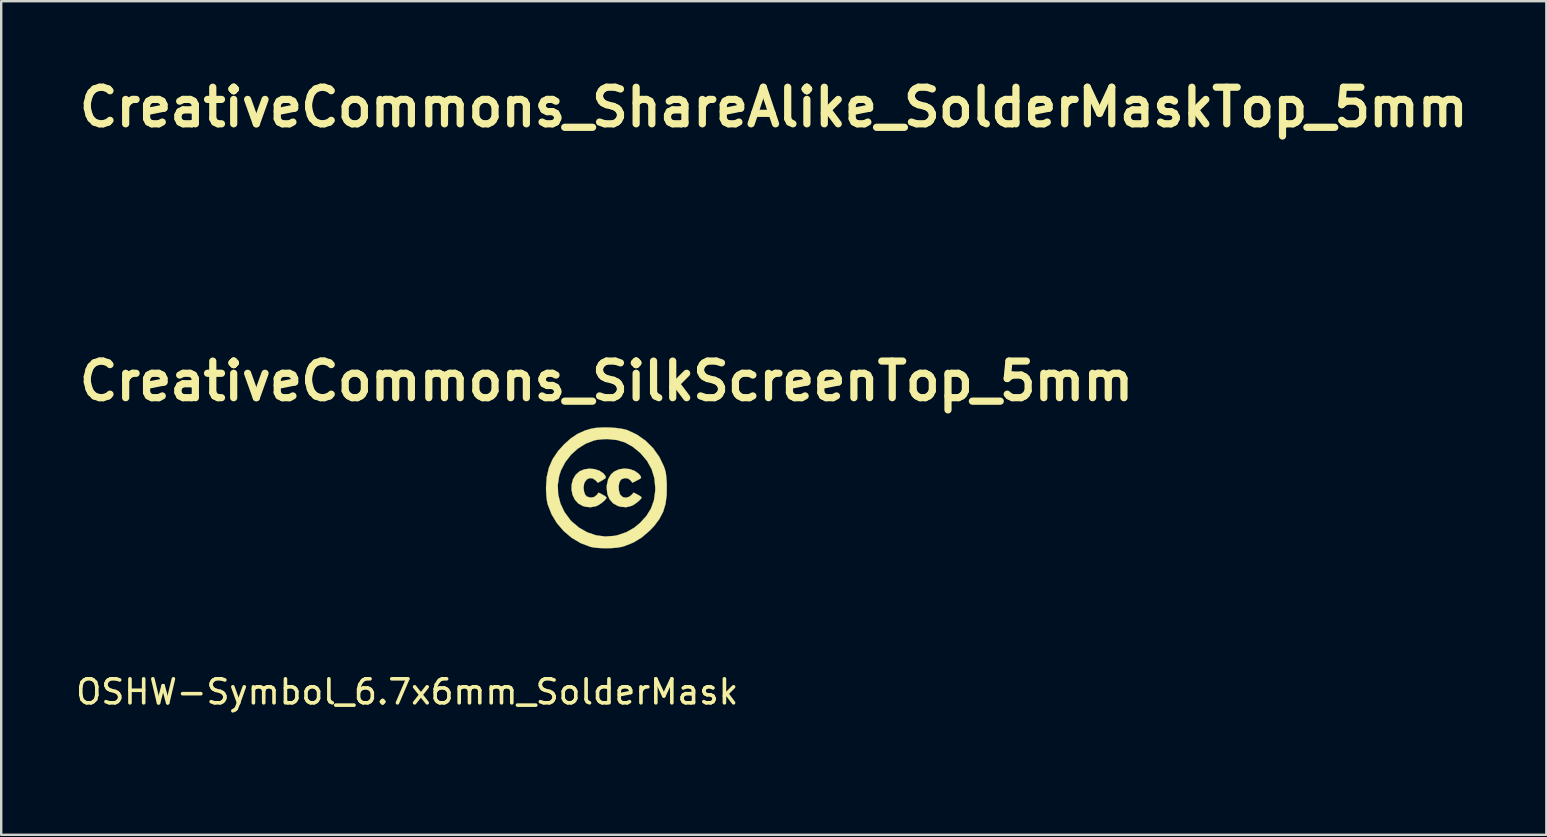
<source format=kicad_pcb>
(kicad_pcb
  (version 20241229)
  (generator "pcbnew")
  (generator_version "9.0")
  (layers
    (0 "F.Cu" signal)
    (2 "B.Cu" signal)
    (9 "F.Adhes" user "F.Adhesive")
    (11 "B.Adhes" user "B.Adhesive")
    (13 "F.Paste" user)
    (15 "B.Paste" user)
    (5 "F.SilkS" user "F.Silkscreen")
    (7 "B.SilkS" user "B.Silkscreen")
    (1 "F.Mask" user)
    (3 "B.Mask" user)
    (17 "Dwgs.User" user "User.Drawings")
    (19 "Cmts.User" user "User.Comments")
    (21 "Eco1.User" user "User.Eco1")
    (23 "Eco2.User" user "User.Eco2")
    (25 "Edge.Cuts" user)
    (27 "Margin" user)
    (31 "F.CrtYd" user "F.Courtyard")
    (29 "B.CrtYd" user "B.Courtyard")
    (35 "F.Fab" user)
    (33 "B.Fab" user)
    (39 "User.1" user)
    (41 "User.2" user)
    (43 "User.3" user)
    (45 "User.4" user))
  (footprint "OSHW-Symbol_6.7x6mm_SolderMask"
    (layer "F.Cu")
    (at 13.911 25.771)
    (property "Reference" "OSHW-Symbol_6.7x6mm_SolderMask" (at 0 0 0) (layer "F.SilkS") (effects (font (size 1 1) (thickness 0.15))))
    (attr exclude_from_pos_files exclude_from_bom)
    (fp_poly (pts (xy 0.556 -2.531) (xy 0.64 -2.086) (xy 0.949 -1.959) (xy 1.258 -1.831) (xy 1.629 -2.084) (xy 1.733 -2.154) (xy 1.827 -2.217) (xy 1.907 -2.269) (xy 1.967 -2.308) (xy 2.005 -2.331) (xy 2.015 -2.336) (xy 2.034 -2.323) (xy 2.073 -2.288) (xy 2.13 -2.235) (xy 2.198 -2.168) (xy 2.274 -2.093) (xy 2.353 -2.013) (xy 2.431 -1.932) (xy 2.504 -1.857) (xy 2.567 -1.79) (xy 2.615 -1.737) (xy 2.644 -1.702) (xy 2.651 -1.69) (xy 2.641 -1.669) (xy 2.613 -1.621) (xy 2.569 -1.553) (xy 2.513 -1.468) (xy 2.448 -1.371) (xy 2.41 -1.316) (xy 2.341 -1.215) (xy 2.28 -1.124) (xy 2.23 -1.047) (xy 2.193 -0.989) (xy 2.172 -0.955) (xy 2.169 -0.948) (xy 2.176 -0.927) (xy 2.195 -0.879) (xy 2.223 -0.811) (xy 2.257 -0.729) (xy 2.295 -0.64) (xy 2.333 -0.55) (xy 2.369 -0.467) (xy 2.4 -0.396) (xy 2.423 -0.346) (xy 2.435 -0.322) (xy 2.436 -0.321) (xy 2.455 -0.316) (xy 2.505 -0.306) (xy 2.581 -0.291) (xy 2.678 -0.272) (xy 2.791 -0.251) (xy 2.856 -0.239) (xy 2.977 -0.216) (xy 3.086 -0.194) (xy 3.177 -0.174) (xy 3.246 -0.158) (xy 3.287 -0.147) (xy 3.296 -0.143) (xy 3.304 -0.119) (xy 3.31 -0.064) (xy 3.315 0.015) (xy 3.318 0.112) (xy 3.32 0.22) (xy 3.321 0.333) (xy 3.319 0.445) (xy 3.317 0.549) (xy 3.312 0.638) (xy 3.307 0.707) (xy 3.299 0.748) (xy 3.295 0.757) (xy 3.269 0.767) (xy 3.213 0.782) (xy 3.136 0.799) (xy 3.044 0.818) (xy 3.012 0.824) (xy 2.858 0.852) (xy 2.735 0.875) (xy 2.642 0.893) (xy 2.572 0.908) (xy 2.523 0.919) (xy 2.491 0.929) (xy 2.471 0.938) (xy 2.459 0.947) (xy 2.457 0.948) (xy 2.44 0.976) (xy 2.415 1.031) (xy 2.383 1.105) (xy 2.347 1.192) (xy 2.311 1.286) (xy 2.275 1.379) (xy 2.244 1.466) (xy 2.219 1.539) (xy 2.203 1.592) (xy 2.199 1.618) (xy 2.2 1.619) (xy 2.214 1.64) (xy 2.245 1.687) (xy 2.291 1.755) (xy 2.349 1.838) (xy 2.413 1.933) (xy 2.432 1.96) (xy 2.498 2.057) (xy 2.556 2.146) (xy 2.603 2.221) (xy 2.635 2.278) (xy 2.651 2.311) (xy 2.651 2.315) (xy 2.638 2.336) (xy 2.603 2.377) (xy 2.549 2.435) (xy 2.482 2.505) (xy 2.406 2.582) (xy 2.326 2.662) (xy 2.245 2.74) (xy 2.17 2.811) (xy 2.103 2.872) (xy 2.051 2.918) (xy 2.017 2.944) (xy 2.008 2.948) (xy 1.986 2.938) (xy 1.941 2.911) (xy 1.88 2.872) (xy 1.834 2.84) (xy 1.749 2.782) (xy 1.65 2.714) (xy 1.549 2.646) (xy 1.496 2.609) (xy 1.313 2.486) (xy 1.16 2.569) (xy 1.091 2.605) (xy 1.031 2.633) (xy 0.991 2.649) (xy 0.981 2.651) (xy 0.969 2.635) (xy 0.945 2.588) (xy 0.91 2.516) (xy 0.868 2.422) (xy 0.818 2.31) (xy 0.764 2.186) (xy 0.708 2.053) (xy 0.65 1.916) (xy 0.593 1.779) (xy 0.538 1.646) (xy 0.488 1.522) (xy 0.443 1.411) (xy 0.407 1.317) (xy 0.381 1.244) (xy 0.366 1.197) (xy 0.363 1.181) (xy 0.382 1.16) (xy 0.424 1.127) (xy 0.48 1.088) (xy 0.484 1.085) (xy 0.628 0.969) (xy 0.744 0.835) (xy 0.831 0.686) (xy 0.889 0.526) (xy 0.915 0.36) (xy 0.91 0.192) (xy 0.871 0.026) (xy 0.799 -0.134) (xy 0.778 -0.169) (xy 0.667 -0.309) (xy 0.536 -0.422) (xy 0.39 -0.507) (xy 0.233 -0.563) (xy 0.069 -0.589) (xy -0.097 -0.585) (xy -0.26 -0.551) (xy -0.416 -0.485) (xy -0.56 -0.388) (xy -0.605 -0.348) (xy -0.719 -0.224) (xy -0.802 -0.094) (xy -0.859 0.052) (xy -0.89 0.197) (xy -0.898 0.36) (xy -0.872 0.523) (xy -0.815 0.682) (xy -0.729 0.831) (xy -0.617 0.964) (xy -0.482 1.075) (xy -0.464 1.087) (xy -0.408 1.126) (xy -0.365 1.159) (xy -0.345 1.18) (xy -0.344 1.181) (xy -0.349 1.204) (xy -0.366 1.256) (xy -0.395 1.333) (xy -0.433 1.431) (xy -0.478 1.545) (xy -0.53 1.672) (xy -0.585 1.806) (xy -0.643 1.943) (xy -0.7 2.08) (xy -0.757 2.211) (xy -0.81 2.333) (xy -0.858 2.441) (xy -0.899 2.532) (xy -0.932 2.599) (xy -0.954 2.64) (xy -0.963 2.651) (xy -0.99 2.643) (xy -1.04 2.62) (xy -1.106 2.588) (xy -1.142 2.569) (xy -1.295 2.486) (xy -1.477 2.609) (xy -1.57 2.672) (xy -1.672 2.742) (xy -1.767 2.807) (xy -1.815 2.84) (xy -1.882 2.885) (xy -1.939 2.921) (xy -1.979 2.943) (xy -1.991 2.948) (xy -2.01 2.935) (xy -2.051 2.9) (xy -2.11 2.847) (xy -2.185 2.778) (xy -2.269 2.698) (xy -2.323 2.646) (xy -2.416 2.554) (xy -2.497 2.472) (xy -2.562 2.403) (xy -2.608 2.351) (xy -2.631 2.319) (xy -2.633 2.312) (xy -2.623 2.287) (xy -2.594 2.237) (xy -2.551 2.167) (xy -2.496 2.082) (xy -2.432 1.986) (xy -2.413 1.96) (xy -2.347 1.863) (xy -2.287 1.776) (xy -2.238 1.704) (xy -2.202 1.65) (xy -2.183 1.622) (xy -2.181 1.619) (xy -2.184 1.596) (xy -2.199 1.545) (xy -2.223 1.474) (xy -2.253 1.389) (xy -2.288 1.296) (xy -2.325 1.202) (xy -2.361 1.113) (xy -2.393 1.038) (xy -2.419 0.981) (xy -2.437 0.95) (xy -2.438 0.948) (xy -2.449 0.94) (xy -2.468 0.931) (xy -2.498 0.921) (xy -2.543 0.91) (xy -2.608 0.896) (xy -2.697 0.879) (xy -2.813 0.857) (xy -2.962 0.83) (xy -2.994 0.824) (xy -3.089 0.805) (xy -3.172 0.787) (xy -3.235 0.772) (xy -3.271 0.76) (xy -3.276 0.757) (xy -3.284 0.732) (xy -3.291 0.677) (xy -3.296 0.597) (xy -3.3 0.5) (xy -3.302 0.392) (xy -3.302 0.279) (xy -3.301 0.167) (xy -3.298 0.064) (xy -3.294 -0.026) (xy -3.289 -0.094) (xy -3.281 -0.135) (xy -3.277 -0.143) (xy -3.253 -0.152) (xy -3.197 -0.166) (xy -3.117 -0.183) (xy -3.016 -0.204) (xy -2.901 -0.227) (xy -2.838 -0.239) (xy -2.719 -0.261) (xy -2.613 -0.281) (xy -2.524 -0.298) (xy -2.46 -0.311) (xy -2.423 -0.319) (xy -2.417 -0.321) (xy -2.407 -0.34) (xy -2.386 -0.387) (xy -2.356 -0.455) (xy -2.32 -0.537) (xy -2.282 -0.626) (xy -2.244 -0.716) (xy -2.209 -0.8) (xy -2.18 -0.871) (xy -2.16 -0.922) (xy -2.151 -0.948) (xy -2.151 -0.949) (xy -2.161 -0.968) (xy -2.189 -1.014) (xy -2.233 -1.081) (xy -2.289 -1.165) (xy -2.354 -1.261) (xy -2.392 -1.316) (xy -2.461 -1.418) (xy -2.522 -1.509) (xy -2.573 -1.587) (xy -2.61 -1.647) (xy -2.63 -1.683) (xy -2.633 -1.691) (xy -2.62 -1.709) (xy -2.585 -1.75) (xy -2.533 -1.807) (xy -2.467 -1.876) (xy -2.393 -1.953) (xy -2.314 -2.033) (xy -2.235 -2.113) (xy -2.16 -2.187) (xy -2.095 -2.25) (xy -2.043 -2.299) (xy -2.008 -2.329) (xy -1.996 -2.336) (xy -1.978 -2.326) (xy -1.933 -2.298) (xy -1.866 -2.255) (xy -1.781 -2.199) (xy -1.684 -2.133) (xy -1.611 -2.084) (xy -1.24 -1.831) (xy -0.621 -2.086) (xy -0.537 -2.531) (xy -0.453 -2.976) (xy 0.472 -2.976) (xy 0.556 -2.531)) (stroke (width 0.01) (type solid)) (fill yes) (layer "F.Mask")))
  (footprint "CreativeCommons_ShareAlike_SolderMaskTop_5mm"
    (layer "F.Cu")
    (at 29.181 5.863)
    (property "Reference" "CreativeCommons_ShareAlike_SolderMaskTop_5mm" (at 0 -4.445 0) (layer "F.SilkS") (effects (font (size 1.524 1.524) (thickness 0.3))))
    (attr through_hole)
    (fp_poly (pts (xy 0.081 -1.332) (xy 0.41 -1.28) (xy 0.69 -1.163) (xy 0.922 -0.981) (xy 1.11 -0.732) (xy 1.174 -0.61) (xy 1.223 -0.497) (xy 1.254 -0.393) (xy 1.271 -0.273) (xy 1.278 -0.115) (xy 1.279 0.041) (xy 1.275 0.249) (xy 1.264 0.399) (xy 1.241 0.513) (xy 1.204 0.614) (xy 1.185 0.656) (xy 1.006 0.943) (xy 0.784 1.162) (xy 0.519 1.311) (xy 0.214 1.391) (xy 0.097 1.402) (xy -0.057 1.407) (xy -0.188 1.405) (xy -0.264 1.397) (xy -0.561 1.293) (xy -0.792 1.145) (xy -0.965 0.946) (xy -1.088 0.691) (xy -1.111 0.62) (xy -1.174 0.406) (xy -0.494 0.406) (xy -0.447 0.55) (xy -0.372 0.69) (xy -0.25 0.781) (xy -0.067 0.832) (xy -0.038 0.836) (xy 0.099 0.843) (xy 0.207 0.811) (xy 0.282 0.765) (xy 0.429 0.636) (xy 0.527 0.475) (xy 0.583 0.264) (xy 0.601 0.097) (xy 0.595 -0.193) (xy 0.538 -0.427) (xy 0.431 -0.603) (xy 0.277 -0.716) (xy 0.11 -0.761) (xy -0.092 -0.752) (xy -0.266 -0.683) (xy -0.393 -0.564) (xy -0.421 -0.515) (xy -0.46 -0.428) (xy -0.455 -0.388) (xy -0.4 -0.369) (xy -0.383 -0.366) (xy -0.339 -0.353) (xy -0.326 -0.33) (xy -0.351 -0.286) (xy -0.421 -0.209) (xy -0.542 -0.087) (xy -0.547 -0.082) (xy -0.814 0.181) (xy -1.087 -0.092) (xy -1.212 -0.218) (xy -1.284 -0.299) (xy -1.31 -0.343) (xy -1.297 -0.362) (xy -1.257 -0.366) (xy -1.194 -0.376) (xy -1.15 -0.417) (xy -1.109 -0.509) (xy -1.081 -0.594) (xy -0.958 -0.86) (xy -0.779 -1.07) (xy -0.548 -1.222) (xy -0.271 -1.311) (xy 0.044 -1.333) (xy 0.081 -1.332)) (stroke (width 0.01) (type solid)) (fill yes) (layer "F.Mask"))
    (fp_poly (pts (xy 0.193 -2.512) (xy 0.474 -2.488) (xy 0.646 -2.457) (xy 1.018 -2.334) (xy 1.366 -2.141) (xy 1.702 -1.874) (xy 1.809 -1.77) (xy 2.08 -1.463) (xy 2.28 -1.149) (xy 2.417 -0.814) (xy 2.496 -0.442) (xy 2.523 -0.019) (xy 2.524 0.005) (xy 2.506 0.399) (xy 2.445 0.741) (xy 2.335 1.052) (xy 2.17 1.354) (xy 2.036 1.545) (xy 1.791 1.819) (xy 1.493 2.066) (xy 1.163 2.272) (xy 0.823 2.421) (xy 0.649 2.472) (xy 0.438 2.509) (xy 0.186 2.532) (xy -0.074 2.54) (xy -0.307 2.531) (xy -0.408 2.52) (xy -0.814 2.416) (xy -1.2 2.241) (xy -1.555 2.004) (xy -1.869 1.714) (xy -2.133 1.38) (xy -2.337 1.011) (xy -2.458 0.668) (xy -2.495 0.456) (xy -2.515 0.193) (xy -2.517 -0.008) (xy -2.035 -0.008) (xy -2.003 0.355) (xy -1.906 0.705) (xy -1.745 1.034) (xy -1.525 1.333) (xy -1.249 1.594) (xy -0.919 1.808) (xy -0.611 1.942) (xy -0.472 1.986) (xy -0.346 2.012) (xy -0.203 2.023) (xy -0.019 2.024) (xy 0.085 2.021) (xy 0.288 2.012) (xy 0.436 1.997) (xy 0.558 1.97) (xy 0.68 1.925) (xy 0.831 1.857) (xy 1.077 1.715) (xy 1.323 1.529) (xy 1.546 1.318) (xy 1.725 1.102) (xy 1.801 0.982) (xy 1.927 0.68) (xy 2.005 0.338) (xy 2.033 -0.018) (xy 2.008 -0.361) (xy 1.976 -0.513) (xy 1.855 -0.831) (xy 1.67 -1.141) (xy 1.438 -1.423) (xy 1.172 -1.66) (xy 0.934 -1.809) (xy 0.559 -1.956) (xy 0.176 -2.026) (xy -0.206 -2.022) (xy -0.577 -1.946) (xy -0.929 -1.8) (xy -1.252 -1.587) (xy -1.538 -1.31) (xy -1.705 -1.086) (xy -1.889 -0.737) (xy -1.998 -0.375) (xy -2.035 -0.008) (xy -2.517 -0.008) (xy -2.518 -0.089) (xy -2.503 -0.363) (xy -2.47 -0.599) (xy -2.455 -0.665) (xy -2.318 -1.046) (xy -2.112 -1.404) (xy -1.849 -1.731) (xy -1.54 -2.013) (xy -1.196 -2.242) (xy -0.827 -2.405) (xy -0.646 -2.457) (xy -0.401 -2.497) (xy -0.11 -2.515) (xy 0.193 -2.512)) (stroke (width 0.01) (type solid)) (fill yes) (layer "F.Mask")))
  (footprint "CreativeCommons_SilkScreenTop_5mm"
    (layer "F.Cu")
    (at 22.214 17.271)
    (property "Reference" "CreativeCommons_SilkScreenTop_5mm" (at 0 -4.445 0) (layer "F.SilkS") (effects (font (size 1.524 1.524) (thickness 0.3))))
    (attr through_hole)
    (fp_poly (pts (xy -0.491 -0.779) (xy -0.291 -0.712) (xy -0.129 -0.602) (xy -0.041 -0.488) (xy -0.027 -0.437) (xy -0.059 -0.39) (xy -0.148 -0.331) (xy -0.18 -0.313) (xy -0.36 -0.212) (xy -0.451 -0.309) (xy -0.575 -0.394) (xy -0.704 -0.406) (xy -0.822 -0.35) (xy -0.91 -0.232) (xy -0.935 -0.162) (xy -0.955 -0.002) (xy -0.936 0.156) (xy -0.887 0.288) (xy -0.814 0.365) (xy -0.665 0.407) (xy -0.522 0.384) (xy -0.412 0.303) (xy -0.33 0.199) (xy -0.165 0.283) (xy -0.066 0.341) (xy -0.007 0.39) (xy 0 0.405) (xy -0.032 0.47) (xy -0.114 0.555) (xy -0.225 0.645) (xy -0.343 0.722) (xy -0.441 0.766) (xy -0.666 0.808) (xy -0.879 0.787) (xy -0.996 0.752) (xy -1.181 0.647) (xy -1.32 0.49) (xy -1.413 0.295) (xy -1.457 0.079) (xy -1.452 -0.142) (xy -1.396 -0.354) (xy -1.288 -0.54) (xy -1.126 -0.686) (xy -1.121 -0.689) (xy -0.925 -0.771) (xy -0.709 -0.8) (xy -0.491 -0.779)) (stroke (width 0.01) (type solid)) (fill yes) (layer "F.SilkS"))
    (fp_poly (pts (xy 0.968 -0.781) (xy 1.175 -0.706) (xy 1.345 -0.582) (xy 1.411 -0.5) (xy 1.44 -0.447) (xy 1.431 -0.407) (xy 1.372 -0.364) (xy 1.273 -0.312) (xy 1.077 -0.212) (xy 1.004 -0.309) (xy 0.9 -0.388) (xy 0.769 -0.407) (xy 0.642 -0.367) (xy 0.585 -0.321) (xy 0.53 -0.21) (xy 0.507 -0.056) (xy 0.516 0.11) (xy 0.558 0.256) (xy 0.58 0.296) (xy 0.681 0.385) (xy 0.81 0.411) (xy 0.944 0.373) (xy 1.035 0.302) (xy 1.131 0.198) (xy 1.297 0.283) (xy 1.396 0.34) (xy 1.455 0.386) (xy 1.463 0.399) (xy 1.432 0.457) (xy 1.352 0.539) (xy 1.245 0.628) (xy 1.13 0.706) (xy 1.048 0.75) (xy 0.823 0.806) (xy 0.588 0.787) (xy 0.467 0.752) (xy 0.271 0.642) (xy 0.126 0.474) (xy 0.036 0.258) (xy 0.007 0.001) (xy 0.013 -0.113) (xy 0.071 -0.366) (xy 0.189 -0.564) (xy 0.318 -0.677) (xy 0.519 -0.77) (xy 0.742 -0.804) (xy 0.968 -0.781)) (stroke (width 0.01) (type solid)) (fill yes) (layer "F.SilkS"))
    (fp_poly (pts (xy 0.116 -2.514) (xy 0.401 -2.494) (xy 0.658 -2.458) (xy 0.861 -2.406) (xy 0.866 -2.404) (xy 1.266 -2.218) (xy 1.627 -1.964) (xy 1.941 -1.651) (xy 2.2 -1.288) (xy 2.386 -0.902) (xy 2.435 -0.765) (xy 2.468 -0.63) (xy 2.489 -0.475) (xy 2.504 -0.276) (xy 2.51 -0.12) (xy 2.506 0.303) (xy 2.458 0.67) (xy 2.359 0.996) (xy 2.204 1.295) (xy 1.989 1.582) (xy 1.81 1.772) (xy 1.475 2.061) (xy 1.123 2.277) (xy 0.741 2.428) (xy 0.632 2.458) (xy 0.442 2.491) (xy 0.203 2.51) (xy -0.058 2.515) (xy -0.314 2.506) (xy -0.538 2.483) (xy -0.669 2.457) (xy -1.072 2.305) (xy -1.445 2.085) (xy -1.779 1.804) (xy -2.063 1.474) (xy -2.288 1.103) (xy -2.445 0.7) (xy -2.459 0.65) (xy -2.487 0.499) (xy -2.508 0.295) (xy -2.518 0.069) (xy -2.519 -0.006) (xy -2.512 -0.116) (xy -2.031 -0.116) (xy -2.014 0.272) (xy -1.92 0.648) (xy -1.754 1.003) (xy -1.516 1.328) (xy -1.443 1.406) (xy -1.138 1.663) (xy -0.799 1.854) (xy -0.434 1.977) (xy -0.057 2.027) (xy 0.322 2.001) (xy 0.469 1.97) (xy 0.834 1.844) (xy 1.155 1.66) (xy 1.396 1.462) (xy 1.664 1.168) (xy 1.856 0.856) (xy 1.976 0.516) (xy 2.029 0.136) (xy 2.032 -0.001) (xy 1.994 -0.404) (xy 1.88 -0.777) (xy 1.69 -1.121) (xy 1.426 -1.434) (xy 1.384 -1.474) (xy 1.081 -1.72) (xy 0.769 -1.891) (xy 0.434 -1.992) (xy 0.06 -2.03) (xy 0 -2.031) (xy -0.187 -2.023) (xy -0.375 -2.002) (xy -0.513 -1.976) (xy -0.865 -1.841) (xy -1.191 -1.639) (xy -1.478 -1.379) (xy -1.716 -1.074) (xy -1.894 -0.735) (xy -1.97 -0.507) (xy -2.031 -0.116) (xy -2.512 -0.116) (xy -2.491 -0.441) (xy -2.402 -0.832) (xy -2.247 -1.19) (xy -2.021 -1.528) (xy -1.768 -1.809) (xy -1.484 -2.063) (xy -1.198 -2.253) (xy -0.886 -2.391) (xy -0.649 -2.462) (xy -0.434 -2.499) (xy -0.171 -2.515) (xy 0.116 -2.514)) (stroke (width 0.01) (type solid)) (fill yes) (layer "F.SilkS")))
  (gr_rect
    (start -3 -3)
    (end 61.362 31.724)
    (stroke (width 0.1) (type default))
    (fill no)
    (layer "Edge.Cuts")))
</source>
